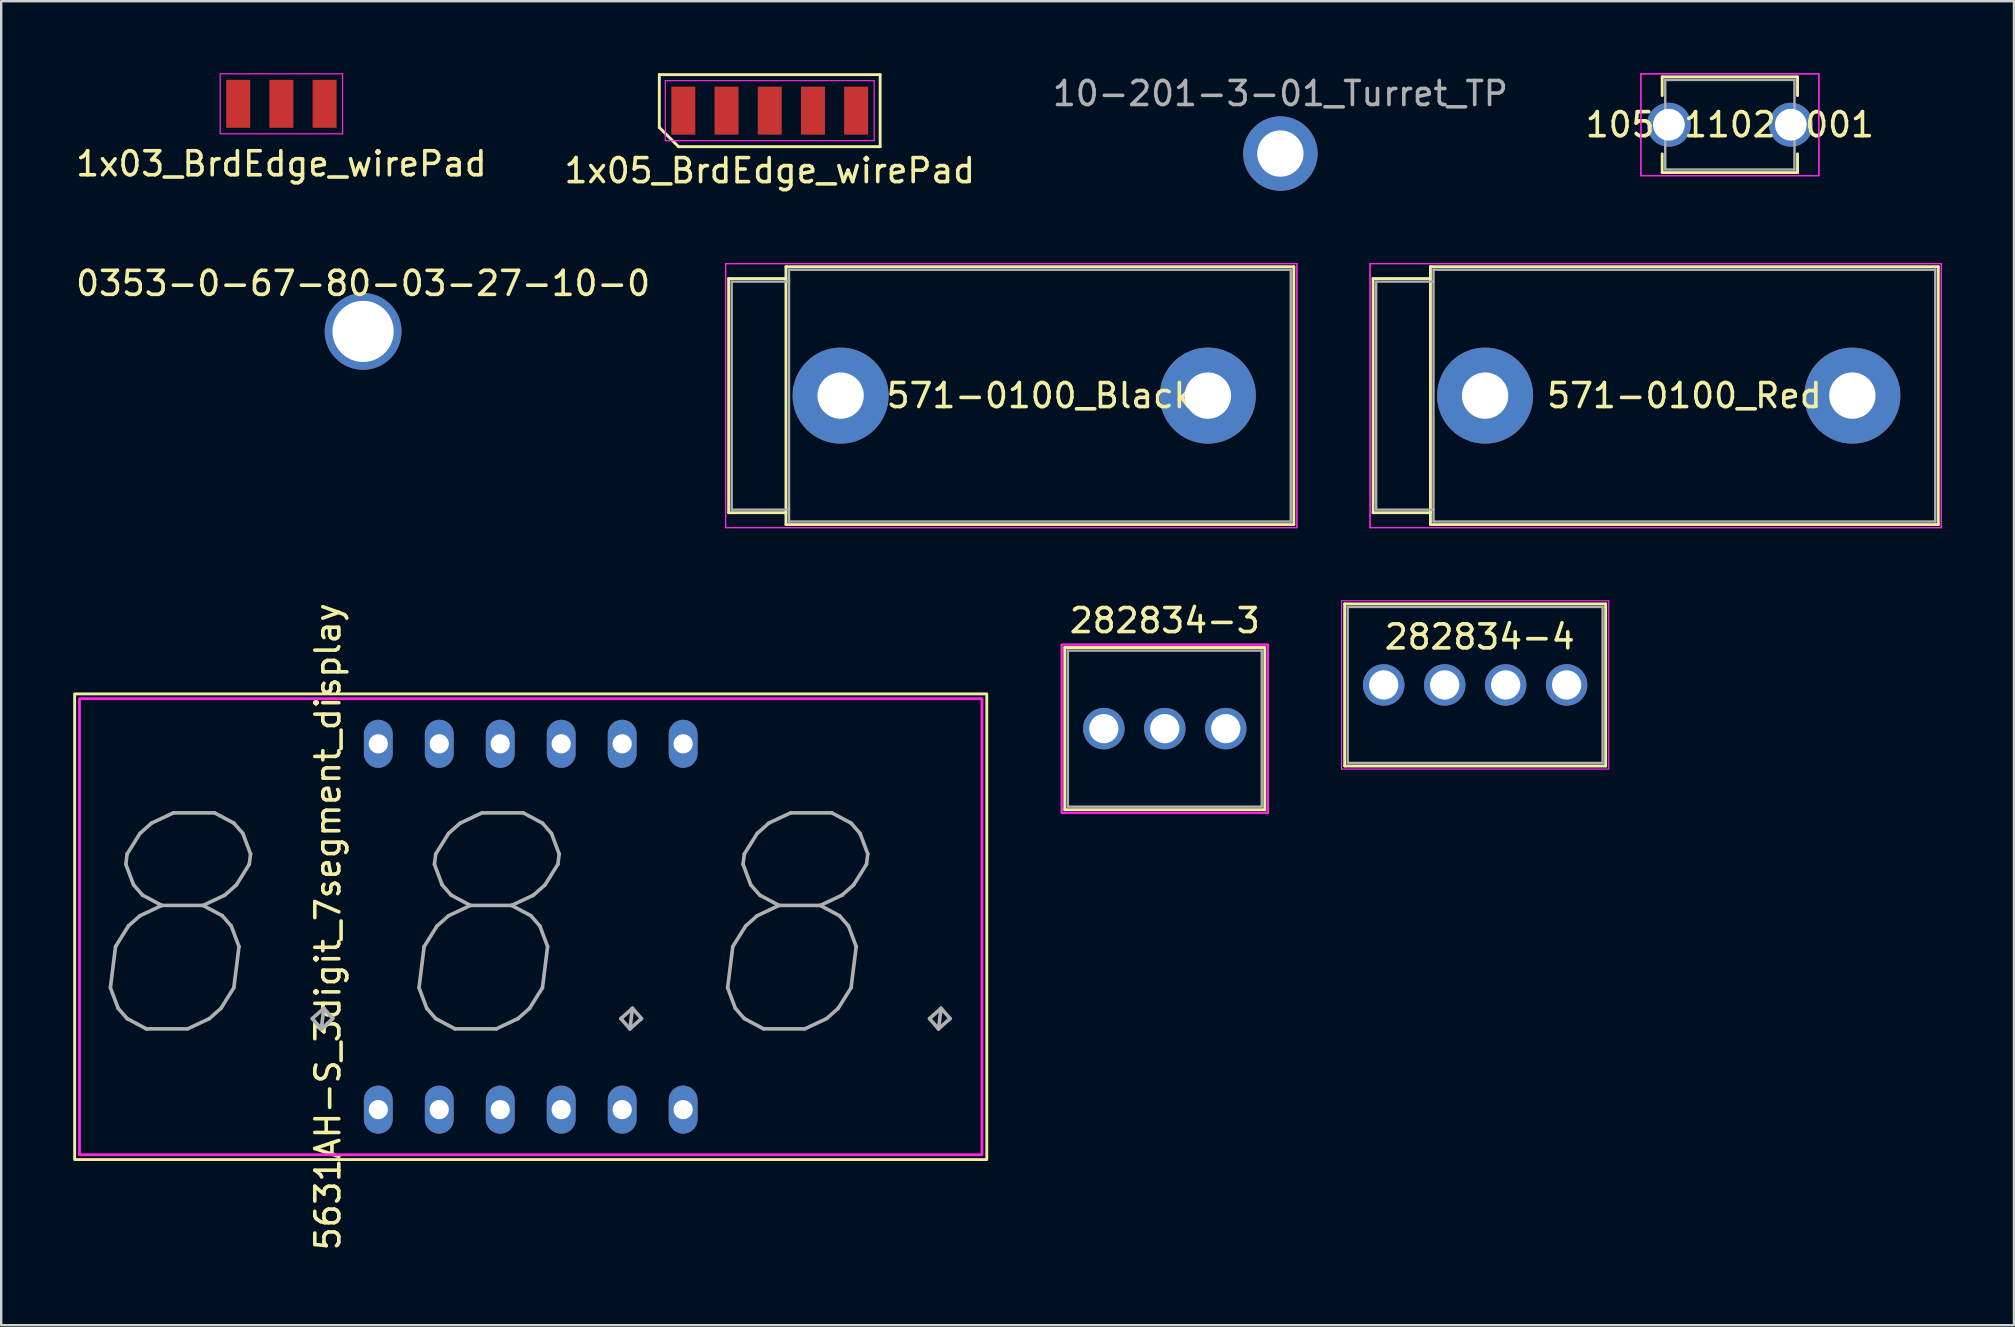
<source format=kicad_pcb>
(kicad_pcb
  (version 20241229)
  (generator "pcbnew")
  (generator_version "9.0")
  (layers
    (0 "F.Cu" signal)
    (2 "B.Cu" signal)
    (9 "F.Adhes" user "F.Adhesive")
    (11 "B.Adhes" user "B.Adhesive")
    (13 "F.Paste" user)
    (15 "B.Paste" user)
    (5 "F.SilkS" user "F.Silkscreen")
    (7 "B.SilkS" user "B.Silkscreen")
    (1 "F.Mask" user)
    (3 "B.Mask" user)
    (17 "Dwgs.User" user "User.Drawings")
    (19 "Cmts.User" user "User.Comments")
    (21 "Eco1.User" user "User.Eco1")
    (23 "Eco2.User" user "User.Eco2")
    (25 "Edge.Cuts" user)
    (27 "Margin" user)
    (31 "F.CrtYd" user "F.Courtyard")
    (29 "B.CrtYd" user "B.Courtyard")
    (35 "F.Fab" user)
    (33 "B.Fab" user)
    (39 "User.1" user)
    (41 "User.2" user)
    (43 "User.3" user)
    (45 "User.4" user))
  (footprint "1x05_BrdEdge_wirePad"
    (layer "F.Cu")
    (at 29.018 1.56)
    (property "Reference" "1x05_BrdEdge_wirePad" (at 0 2.5 0) (layer "F.SilkS") (effects (font (size 1 1) (thickness 0.15))))
    (attr smd)
    (fp_line (start -4.6 -1.5) (end 4.6 -1.5) (stroke (width 0.12) (type default)) (layer "F.SilkS"))
    (fp_line (start -4.6 0.7) (end -4.6 -1.5) (stroke (width 0.12) (type default)) (layer "F.SilkS"))
    (fp_line (start -3.8 1.5) (end -4.6 0.7) (stroke (width 0.12) (type default)) (layer "F.SilkS"))
    (fp_line (start 4.6 -1.5) (end 4.6 1.5) (stroke (width 0.12) (type default)) (layer "F.SilkS"))
    (fp_line (start 4.6 1.5) (end -3.8 1.5) (stroke (width 0.12) (type default)) (layer "F.SilkS"))
    (fp_line (start -4.35 -1.25) (end 4.35 -1.25) (stroke (width 0.05) (type default)) (layer "F.CrtYd"))
    (fp_line (start -4.35 1.25) (end -4.35 -1.25) (stroke (width 0.05) (type default)) (layer "F.CrtYd"))
    (fp_line (start 4.35 -1.25) (end 4.35 1.25) (stroke (width 0.05) (type default)) (layer "F.CrtYd"))
    (fp_line (start 4.35 1.25) (end -4.35 1.25) (stroke (width 0.05) (type default)) (layer "F.CrtYd"))
    (pad "1" smd rect (at -3.6 0) (size 1 2) (layers "F.Cu" "F.Mask" "F.Paste"))
    (pad "2" smd rect (at -1.8 0) (size 1 2) (layers "F.Cu" "F.Mask" "F.Paste"))
    (pad "3" smd rect (at 0 0) (size 1 2) (layers "F.Cu" "F.Mask" "F.Paste"))
    (pad "4" smd rect (at 1.8 0) (size 1 2) (layers "F.Cu" "F.Mask" "F.Paste"))
    (pad "5" smd rect (at 3.6 0) (size 1 2) (layers "F.Cu" "F.Mask" "F.Paste")))
  (footprint "282834-4"
    (layer "F.Cu")
    (at 54.597 25.485)
    (property "Reference" "282834-4" (at 4 -2 0) (layer "F.SilkS") (effects (font (size 1 1) (thickness 0.15))))
    (attr through_hole)
    (fp_line (start -1.627 -3.377) (end -1.627 3.377) (stroke (width 0.12) (type solid)) (layer "F.SilkS"))
    (fp_line (start -1.627 3.377) (end 9.247 3.377) (stroke (width 0.12) (type solid)) (layer "F.SilkS"))
    (fp_line (start 9.247 -3.377) (end -1.627 -3.377) (stroke (width 0.12) (type solid)) (layer "F.SilkS"))
    (fp_line (start 9.247 3.377) (end 9.247 -3.377) (stroke (width 0.12) (type solid)) (layer "F.SilkS"))
    (fp_line (start -1.754 -3.504) (end -1.754 3.504) (stroke (width 0.05) (type solid)) (layer "F.CrtYd"))
    (fp_line (start -1.754 3.504) (end 9.374 3.504) (stroke (width 0.05) (type solid)) (layer "F.CrtYd"))
    (fp_line (start 9.374 -3.504) (end -1.754 -3.504) (stroke (width 0.05) (type solid)) (layer "F.CrtYd"))
    (fp_line (start 9.374 3.504) (end 9.374 -3.504) (stroke (width 0.05) (type solid)) (layer "F.CrtYd"))
    (fp_line (start -1.5 -3.25) (end -1.5 3.25) (stroke (width 0.1) (type solid)) (layer "F.Fab"))
    (fp_line (start -1.5 3.25) (end 9.12 3.25) (stroke (width 0.1) (type solid)) (layer "F.Fab"))
    (fp_line (start 9.12 -3.25) (end -1.5 -3.25) (stroke (width 0.1) (type solid)) (layer "F.Fab"))
    (fp_line (start 9.12 3.25) (end 9.12 -3.25) (stroke (width 0.1) (type solid)) (layer "F.Fab"))
    (fp_text user "*" (at 0 0 0) (layer "F.Fab") (effects (font (size 1 1) (thickness 0.15))))
    (pad "1" thru_hole circle (at 0 0) (size 1.727 1.727) (drill 1.219) (layers "*.Cu" "*.Mask"))
    (pad "2" thru_hole circle (at 2.54 0) (size 1.727 1.727) (drill 1.219) (layers "*.Cu" "*.Mask"))
    (pad "3" thru_hole circle (at 5.08 0) (size 1.727 1.727) (drill 1.219) (layers "*.Cu" "*.Mask"))
    (pad "4" thru_hole circle (at 7.62 0) (size 1.727 1.727) (drill 1.219) (layers "*.Cu" "*.Mask")))
  (footprint "1x03_BrdEdge_wirePad"
    (layer "F.Cu")
    (at 8.673 1.275)
    (property "Reference" "1x03_BrdEdge_wirePad" (at 0 2.5 0) (layer "F.SilkS") (effects (font (size 1 1) (thickness 0.15))))
    (attr smd)
    (fp_line (start -2.55 -1.25) (end 2.55 -1.25) (stroke (width 0.05) (type default)) (layer "F.CrtYd"))
    (fp_line (start -2.55 1.25) (end -2.55 -1.25) (stroke (width 0.05) (type default)) (layer "F.CrtYd"))
    (fp_line (start 2.55 -1.25) (end 2.55 1.25) (stroke (width 0.05) (type default)) (layer "F.CrtYd"))
    (fp_line (start 2.55 1.25) (end -2.55 1.25) (stroke (width 0.05) (type default)) (layer "F.CrtYd"))
    (pad "1" smd rect (at -1.8 0) (size 1 2) (layers "F.Cu" "F.Mask" "F.Paste"))
    (pad "2" smd rect (at 0 0) (size 1 2) (layers "F.Cu" "F.Mask" "F.Paste"))
    (pad "3" smd rect (at 1.8 0) (size 1 2) (layers "F.Cu" "F.Mask" "F.Paste")))
  (footprint "571-0100_Black"
    (layer "F.Cu")
    (at 31.971 13.432)
    (property "Reference" "571-0100_Black" (at 8.302 0 0) (layer "F.SilkS") (effects (font (size 1 1) (thickness 0.15))))
    (attr through_hole)
    (fp_line (start -4.665 -4.877) (end -4.665 4.877) (stroke (width 0.12) (type solid)) (layer "F.SilkS"))
    (fp_line (start -4.665 4.877) (end -2.277 4.877) (stroke (width 0.12) (type solid)) (layer "F.SilkS"))
    (fp_line (start -2.277 -5.372) (end -2.277 5.372) (stroke (width 0.12) (type solid)) (layer "F.SilkS"))
    (fp_line (start -2.277 -4.877) (end -4.665 -4.877) (stroke (width 0.12) (type solid)) (layer "F.SilkS"))
    (fp_line (start -2.277 5.372) (end 18.881 5.372) (stroke (width 0.12) (type solid)) (layer "F.SilkS"))
    (fp_line (start 18.881 -5.372) (end -2.277 -5.372) (stroke (width 0.12) (type solid)) (layer "F.SilkS"))
    (fp_line (start 18.881 5.372) (end 18.881 -5.372) (stroke (width 0.12) (type solid)) (layer "F.SilkS"))
    (fp_line (start -4.792 -5.499) (end 19.008 -5.499) (stroke (width 0.05) (type solid)) (layer "F.CrtYd"))
    (fp_line (start -4.792 -5.499) (end 19.008 -5.499) (stroke (width 0.05) (type solid)) (layer "F.CrtYd"))
    (fp_line (start -4.792 5.499) (end -4.792 -5.499) (stroke (width 0.05) (type solid)) (layer "F.CrtYd"))
    (fp_line (start -4.792 5.499) (end -4.792 -5.499) (stroke (width 0.05) (type solid)) (layer "F.CrtYd"))
    (fp_line (start 19.008 -5.499) (end 19.008 5.499) (stroke (width 0.05) (type solid)) (layer "F.CrtYd"))
    (fp_line (start 19.008 -5.499) (end 19.008 5.499) (stroke (width 0.05) (type solid)) (layer "F.CrtYd"))
    (fp_line (start 19.008 5.499) (end -4.792 5.499) (stroke (width 0.05) (type solid)) (layer "F.CrtYd"))
    (fp_line (start 19.008 5.499) (end -4.792 5.499) (stroke (width 0.05) (type solid)) (layer "F.CrtYd"))
    (fp_line (start -4.538 -4.75) (end -4.538 4.75) (stroke (width 0.1) (type solid)) (layer "F.Fab"))
    (fp_line (start -4.538 4.75) (end -2.15 4.75) (stroke (width 0.1) (type solid)) (layer "F.Fab"))
    (fp_line (start -2.15 -5.245) (end -2.15 5.245) (stroke (width 0.1) (type solid)) (layer "F.Fab"))
    (fp_line (start -2.15 -4.75) (end -4.538 -4.75) (stroke (width 0.1) (type solid)) (layer "F.Fab"))
    (fp_line (start -2.15 5.245) (end 18.754 5.245) (stroke (width 0.1) (type solid)) (layer "F.Fab"))
    (fp_line (start 18.754 -5.245) (end -2.15 -5.245) (stroke (width 0.1) (type solid)) (layer "F.Fab"))
    (fp_line (start 18.754 5.245) (end 18.754 -5.245) (stroke (width 0.1) (type solid)) (layer "F.Fab"))
    (fp_text user "*" (at 0 0 0) (layer "F.Fab") (effects (font (size 1 1) (thickness 0.15))))
    (pad "1" thru_hole circle (at 0 0) (size 4 4) (drill 1.93) (layers "*.Cu" "*.Mask"))
    (pad "2" thru_hole circle (at 15.3 0) (size 4 4) (drill 1.93) (layers "*.Cu" "*.Mask")))
  (footprint "10-201-3-01_Turret_TP"
    (layer "F.Cu")
    (at 50.292 3.348)
    (property "Reference" "10-201-3-01_Turret_TP" (at 0 -2.5 0) (unlocked yes) (layer "F.Fab") (effects (font (size 1 1) (thickness 0.15))))
    (attr through_hole)
    (pad "1" thru_hole circle (at 0 0) (size 3.1 3.1) (drill 1.93) (layers "*.Cu" "*.Mask")))
  (footprint "571-0100_Red"
    (layer "F.Cu")
    (at 58.821 13.432)
    (property "Reference" "571-0100_Red" (at 8.302 0 0) (layer "F.SilkS") (effects (font (size 1 1) (thickness 0.15))))
    (attr through_hole)
    (fp_line (start -4.665 -4.877) (end -4.665 4.877) (stroke (width 0.12) (type solid)) (layer "F.SilkS"))
    (fp_line (start -4.665 4.877) (end -2.277 4.877) (stroke (width 0.12) (type solid)) (layer "F.SilkS"))
    (fp_line (start -2.277 -5.372) (end -2.277 5.372) (stroke (width 0.12) (type solid)) (layer "F.SilkS"))
    (fp_line (start -2.277 -4.877) (end -4.665 -4.877) (stroke (width 0.12) (type solid)) (layer "F.SilkS"))
    (fp_line (start -2.277 5.372) (end 18.881 5.372) (stroke (width 0.12) (type solid)) (layer "F.SilkS"))
    (fp_line (start 18.881 -5.372) (end -2.277 -5.372) (stroke (width 0.12) (type solid)) (layer "F.SilkS"))
    (fp_line (start 18.881 5.372) (end 18.881 -5.372) (stroke (width 0.12) (type solid)) (layer "F.SilkS"))
    (fp_line (start -4.792 -5.499) (end 19.008 -5.499) (stroke (width 0.05) (type solid)) (layer "F.CrtYd"))
    (fp_line (start -4.792 -5.499) (end 19.008 -5.499) (stroke (width 0.05) (type solid)) (layer "F.CrtYd"))
    (fp_line (start -4.792 5.499) (end -4.792 -5.499) (stroke (width 0.05) (type solid)) (layer "F.CrtYd"))
    (fp_line (start -4.792 5.499) (end -4.792 -5.499) (stroke (width 0.05) (type solid)) (layer "F.CrtYd"))
    (fp_line (start 19.008 -5.499) (end 19.008 5.499) (stroke (width 0.05) (type solid)) (layer "F.CrtYd"))
    (fp_line (start 19.008 -5.499) (end 19.008 5.499) (stroke (width 0.05) (type solid)) (layer "F.CrtYd"))
    (fp_line (start 19.008 5.499) (end -4.792 5.499) (stroke (width 0.05) (type solid)) (layer "F.CrtYd"))
    (fp_line (start 19.008 5.499) (end -4.792 5.499) (stroke (width 0.05) (type solid)) (layer "F.CrtYd"))
    (fp_line (start -4.538 -4.75) (end -4.538 4.75) (stroke (width 0.1) (type solid)) (layer "F.Fab"))
    (fp_line (start -4.538 4.75) (end -2.15 4.75) (stroke (width 0.1) (type solid)) (layer "F.Fab"))
    (fp_line (start -2.15 -5.245) (end -2.15 5.245) (stroke (width 0.1) (type solid)) (layer "F.Fab"))
    (fp_line (start -2.15 -4.75) (end -4.538 -4.75) (stroke (width 0.1) (type solid)) (layer "F.Fab"))
    (fp_line (start -2.15 5.245) (end 18.754 5.245) (stroke (width 0.1) (type solid)) (layer "F.Fab"))
    (fp_line (start 18.754 -5.245) (end -2.15 -5.245) (stroke (width 0.1) (type solid)) (layer "F.Fab"))
    (fp_line (start 18.754 5.245) (end 18.754 -5.245) (stroke (width 0.1) (type solid)) (layer "F.Fab"))
    (fp_text user "*" (at 0 0 0) (layer "F.Fab") (effects (font (size 1 1) (thickness 0.15))))
    (pad "1" thru_hole circle (at 0 0) (size 4 4) (drill 1.93) (layers "*.Cu" "*.Mask"))
    (pad "2" thru_hole circle (at 15.3 0) (size 4 4) (drill 1.93) (layers "*.Cu" "*.Mask")))
  (footprint "0353-0-67-80-03-27-10-0"
    (layer "F.Cu")
    (at 12.077 10.757)
    (property "Reference" "0353-0-67-80-03-27-10-0" (at 0 -2 0) (unlocked yes) (layer "F.SilkS") (effects (font (size 1 1) (thickness 0.15))))
    (attr through_hole)
    (pad "1" thru_hole circle (at 0 0) (size 3.2 3.2) (drill 2.55) (layers "*.Cu" "*.Mask")))
  (footprint "105-1102-001"
    (layer "F.Cu")
    (at 66.478 2.146)
    (property "Reference" "105-1102-001" (at 2.54 0 0) (layer "F.SilkS") (effects (font (size 1 1) (thickness 0.15))))
    (attr through_hole)
    (fp_line (start -0.279 -1.994) (end -0.279 -1.215) (stroke (width 0.12) (type solid)) (layer "F.SilkS"))
    (fp_line (start -0.279 1.215) (end -0.279 1.994) (stroke (width 0.12) (type solid)) (layer "F.SilkS"))
    (fp_line (start -0.279 1.994) (end 5.359 1.994) (stroke (width 0.12) (type solid)) (layer "F.SilkS"))
    (fp_line (start 5.359 -1.994) (end -0.279 -1.994) (stroke (width 0.12) (type solid)) (layer "F.SilkS"))
    (fp_line (start 5.359 -1.215) (end 5.359 -1.994) (stroke (width 0.12) (type solid)) (layer "F.SilkS"))
    (fp_line (start 5.359 1.994) (end 5.359 1.215) (stroke (width 0.12) (type solid)) (layer "F.SilkS"))
    (fp_line (start -1.168 -2.121) (end -1.168 2.121) (stroke (width 0.05) (type solid)) (layer "F.CrtYd"))
    (fp_line (start -1.168 -2.121) (end -1.168 2.121) (stroke (width 0.05) (type solid)) (layer "F.CrtYd"))
    (fp_line (start -1.168 2.121) (end 6.248 2.121) (stroke (width 0.05) (type solid)) (layer "F.CrtYd"))
    (fp_line (start -1.168 2.121) (end 6.248 2.121) (stroke (width 0.05) (type solid)) (layer "F.CrtYd"))
    (fp_line (start 6.248 -2.121) (end -1.168 -2.121) (stroke (width 0.05) (type solid)) (layer "F.CrtYd"))
    (fp_line (start 6.248 -2.121) (end -1.168 -2.121) (stroke (width 0.05) (type solid)) (layer "F.CrtYd"))
    (fp_line (start 6.248 2.121) (end 6.248 -2.121) (stroke (width 0.05) (type solid)) (layer "F.CrtYd"))
    (fp_line (start 6.248 2.121) (end 6.248 -2.121) (stroke (width 0.05) (type solid)) (layer "F.CrtYd"))
    (fp_line (start -0.152 -1.867) (end -0.152 1.867) (stroke (width 0.1) (type solid)) (layer "F.Fab"))
    (fp_line (start -0.152 1.867) (end 5.232 1.867) (stroke (width 0.1) (type solid)) (layer "F.Fab"))
    (fp_line (start 5.232 -1.867) (end -0.152 -1.867) (stroke (width 0.1) (type solid)) (layer "F.Fab"))
    (fp_line (start 5.232 1.867) (end 5.232 -1.867) (stroke (width 0.1) (type solid)) (layer "F.Fab"))
    (fp_text user "*" (at 0 0 0) (layer "F.Fab") (effects (font (size 1 1) (thickness 0.15))))
    (pad "1" thru_hole circle (at 0 0) (size 1.829 1.829) (drill 1.321) (layers "*.Cu" "*.Mask"))
    (pad "2" thru_hole circle (at 5.08 0) (size 1.829 1.829) (drill 1.321) (layers "*.Cu" "*.Mask")))
  (footprint "5631AH-S_3digit_7segment_display"
    (layer "F.Cu")
    (at 19.06 35.558)
    (property "Reference" "5631AH-S_3digit_7segment_display" (at -8.45 0 90) (layer "F.SilkS") (effects (font (size 1 1) (thickness 0.15))))
    (attr through_hole)
    (fp_rect (start -19 -9.7) (end 19 9.7) (stroke (width 0.12) (type default)) (fill no) (layer "F.SilkS"))
    (fp_rect (start -18.8 -9.5) (end 18.8 9.5) (stroke (width 0.12) (type default)) (fill no) (layer "F.CrtYd"))
    (fp_text user "8.8.8." (at -0.1 0.1 0) (unlocked yes) (layer "F.Fab") (effects (font (size 9 9) (thickness 0.15) (italic yes))))
    (pad "1" thru_hole oval (at -6.35 7.62) (size 1.2 2) (drill 0.8) (layers "*.Cu" "*.Mask"))
    (pad "2" thru_hole oval (at -3.81 7.62) (size 1.2 2) (drill 0.8) (layers "*.Cu" "*.Mask"))
    (pad "3" thru_hole oval (at -1.27 7.62) (size 1.2 2) (drill 0.8) (layers "*.Cu" "*.Mask"))
    (pad "4" thru_hole oval (at 1.27 7.62) (size 1.2 2) (drill 0.8) (layers "*.Cu" "*.Mask"))
    (pad "5" thru_hole oval (at 3.81 7.62) (size 1.2 2) (drill 0.8) (layers "*.Cu" "*.Mask"))
    (pad "6" thru_hole oval (at 6.35 7.62) (size 1.2 2) (drill 0.8) (layers "*.Cu" "*.Mask"))
    (pad "7" thru_hole oval (at 6.35 -7.62) (size 1.2 2) (drill 0.8) (layers "*.Cu" "*.Mask"))
    (pad "8" thru_hole oval (at 3.81 -7.62) (size 1.2 2) (drill 0.8) (layers "*.Cu" "*.Mask"))
    (pad "9" thru_hole oval (at 1.27 -7.62) (size 1.2 2) (drill 0.8) (layers "*.Cu" "*.Mask"))
    (pad "10" thru_hole oval (at -1.27 -7.62) (size 1.2 2) (drill 0.8) (layers "*.Cu" "*.Mask"))
    (pad "11" thru_hole oval (at -3.81 -7.62) (size 1.2 2) (drill 0.8) (layers "*.Cu" "*.Mask"))
    (pad "12" thru_hole oval (at -6.35 -7.62) (size 1.2 2) (drill 0.8) (layers "*.Cu" "*.Mask")))
  (footprint "282834-3"
    (layer "F.Cu")
    (at 42.936 27.305)
    (property "Reference" "282834-3" (at 2.54 -4.5 0) (layer "F.SilkS") (effects (font (size 1 1) (thickness 0.15))))
    (attr through_hole)
    (fp_line (start -1.626 -3.378) (end -1.626 3.378) (stroke (width 0.12) (type solid)) (layer "F.SilkS"))
    (fp_line (start -1.626 3.378) (end 6.706 3.378) (stroke (width 0.12) (type solid)) (layer "F.SilkS"))
    (fp_line (start 6.706 -3.378) (end -1.626 -3.378) (stroke (width 0.12) (type solid)) (layer "F.SilkS"))
    (fp_line (start 6.706 3.378) (end 6.706 -3.378) (stroke (width 0.12) (type solid)) (layer "F.SilkS"))
    (fp_rect (start -1.753 -3.5) (end 6.833 3.51) (stroke (width 0.1) (type default)) (fill no) (layer "F.CrtYd"))
    (fp_line (start -1.499 -3.251) (end -1.499 3.251) (stroke (width 0.1) (type solid)) (layer "F.Fab"))
    (fp_line (start -1.499 3.251) (end 6.579 3.251) (stroke (width 0.1) (type solid)) (layer "F.Fab"))
    (fp_line (start 6.579 -3.251) (end -1.499 -3.251) (stroke (width 0.1) (type solid)) (layer "F.Fab"))
    (fp_line (start 6.579 3.251) (end 6.579 -3.251) (stroke (width 0.1) (type solid)) (layer "F.Fab"))
    (pad "1" thru_hole circle (at 0 0) (size 1.727 1.727) (drill 1.219) (layers "*.Cu" "*.Mask"))
    (pad "2" thru_hole circle (at 2.54 0) (size 1.727 1.727) (drill 1.219) (layers "*.Cu" "*.Mask"))
    (pad "3" thru_hole circle (at 5.08 0) (size 1.727 1.727) (drill 1.219) (layers "*.Cu" "*.Mask")))
  (gr_rect
    (start -3 -3)
    (end 80.854 52.159)
    (stroke (width 0.1) (type default))
    (fill no)
    (layer "Edge.Cuts")))
</source>
